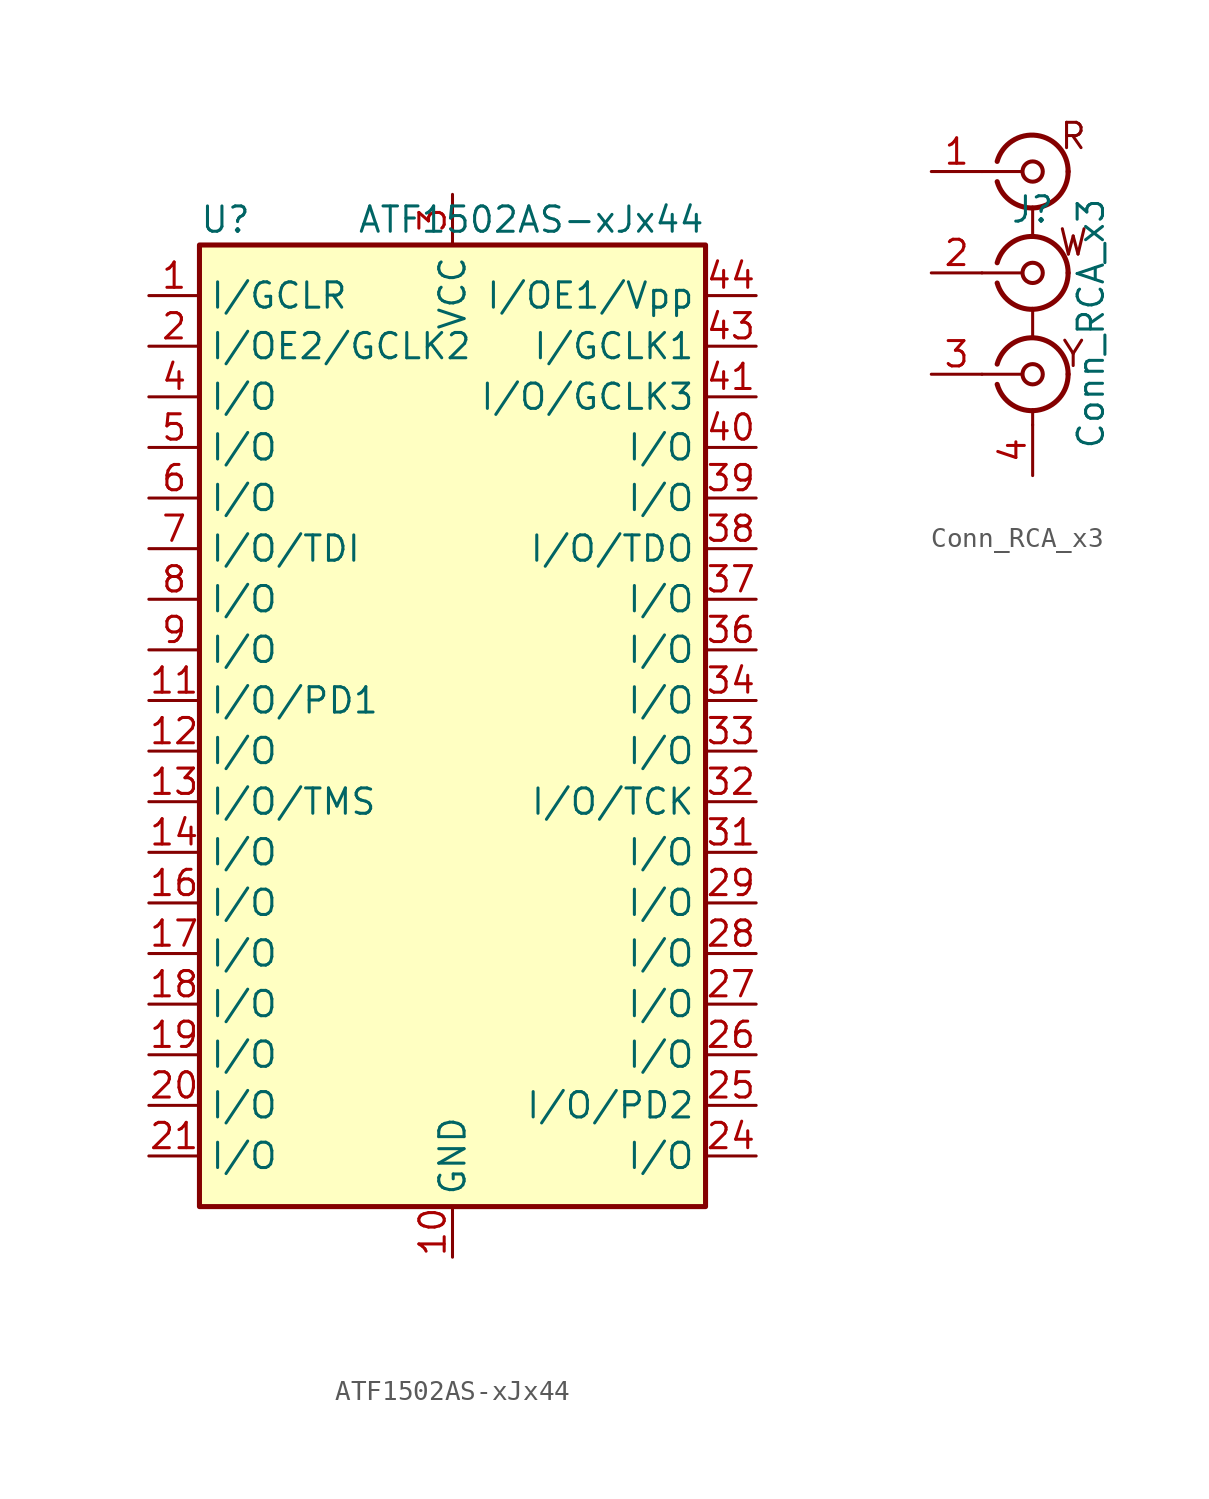
<source format=kicad_sym>
(kicad_symbol_lib
  (version 20241209)
  (generator "kicad_symbol_editor")
  (generator_version "9.0")
  (symbol "ATF1502AS-xJx44"
    (property "Reference" "U"
      (at -12.7 24.13 0)
      (effects (font (size 1.27 1.27)) (justify left)))
    (property "Value" "ATF1502AS-xJx44"
      (at 12.7 24.13 0)
      (effects (font (size 1.27 1.27)) (justify right)))
    (symbol "ATF1502AS-xJx44_0_1"
      (rectangle (start -12.7 22.86) (end 12.7 -25.4) (stroke (width 0.254) (type default)) (fill (type background))))
    (symbol "ATF1502AS-xJx44_1_1"
      (pin input line (at -15.24 20.32 0) (length 2.54) (name "I/GCLR" (effects (font (size 1.27 1.27)))) (number "1" (effects (font (size 1.27 1.27)))))
      (pin input line (at -15.24 17.78 0) (length 2.54) (name "I/OE2/GCLK2" (effects (font (size 1.27 1.27)))) (number "2" (effects (font (size 1.27 1.27)))))
      (pin bidirectional line (at -15.24 15.24 0) (length 2.54) (name "I/O" (effects (font (size 1.27 1.27)))) (number "4" (effects (font (size 1.27 1.27)))))
      (pin bidirectional line (at -15.24 12.7 0) (length 2.54) (name "I/O" (effects (font (size 1.27 1.27)))) (number "5" (effects (font (size 1.27 1.27)))))
      (pin bidirectional line (at -15.24 10.16 0) (length 2.54) (name "I/O" (effects (font (size 1.27 1.27)))) (number "6" (effects (font (size 1.27 1.27)))))
      (pin bidirectional line (at -15.24 7.62 0) (length 2.54) (name "I/O/TDI" (effects (font (size 1.27 1.27)))) (number "7" (effects (font (size 1.27 1.27)))))
      (pin bidirectional line (at -15.24 5.08 0) (length 2.54) (name "I/O" (effects (font (size 1.27 1.27)))) (number "8" (effects (font (size 1.27 1.27)))))
      (pin bidirectional line (at -15.24 2.54 0) (length 2.54) (name "I/O" (effects (font (size 1.27 1.27)))) (number "9" (effects (font (size 1.27 1.27)))))
      (pin bidirectional line (at -15.24 0 0) (length 2.54) (name "I/O/PD1" (effects (font (size 1.27 1.27)))) (number "11" (effects (font (size 1.27 1.27)))))
      (pin bidirectional line (at -15.24 -2.54 0) (length 2.54) (name "I/O" (effects (font (size 1.27 1.27)))) (number "12" (effects (font (size 1.27 1.27)))))
      (pin bidirectional line (at -15.24 -5.08 0) (length 2.54) (name "I/O/TMS" (effects (font (size 1.27 1.27)))) (number "13" (effects (font (size 1.27 1.27)))))
      (pin bidirectional line (at -15.24 -7.62 0) (length 2.54) (name "I/O" (effects (font (size 1.27 1.27)))) (number "14" (effects (font (size 1.27 1.27)))))
      (pin bidirectional line (at -15.24 -10.16 0) (length 2.54) (name "I/O" (effects (font (size 1.27 1.27)))) (number "16" (effects (font (size 1.27 1.27)))))
      (pin bidirectional line (at -15.24 -12.7 0) (length 2.54) (name "I/O" (effects (font (size 1.27 1.27)))) (number "17" (effects (font (size 1.27 1.27)))))
      (pin bidirectional line (at -15.24 -15.24 0) (length 2.54) (name "I/O" (effects (font (size 1.27 1.27)))) (number "18" (effects (font (size 1.27 1.27)))))
      (pin bidirectional line (at -15.24 -17.78 0) (length 2.54) (name "I/O" (effects (font (size 1.27 1.27)))) (number "19" (effects (font (size 1.27 1.27)))))
      (pin bidirectional line (at -15.24 -20.32 0) (length 2.54) (name "I/O" (effects (font (size 1.27 1.27)))) (number "20" (effects (font (size 1.27 1.27)))))
      (pin bidirectional line (at -15.24 -22.86 0) (length 2.54) (name "I/O" (effects (font (size 1.27 1.27)))) (number "21" (effects (font (size 1.27 1.27)))))
      (pin passive line (at 0 25.4 270) (length 2.54) (hide yes) (name "VCC" (effects (font (size 1.27 1.27)))) (number "15" (effects (font (size 1.27 1.27)))))
      (pin passive line (at 0 25.4 270) (length 2.54) (hide yes) (name "VCC" (effects (font (size 1.27 1.27)))) (number "23" (effects (font (size 1.27 1.27)))))
      (pin power_in line (at 0 25.4 270) (length 2.54) (name "VCC" (effects (font (size 1.27 1.27)))) (number "3" (effects (font (size 1.27 1.27)))))
      (pin passive line (at 0 25.4 270) (length 2.54) (hide yes) (name "VCC" (effects (font (size 1.27 1.27)))) (number "35" (effects (font (size 1.27 1.27)))))
      (pin power_in line (at 0 -27.94 90) (length 2.54) (name "GND" (effects (font (size 1.27 1.27)))) (number "10" (effects (font (size 1.27 1.27)))))
      (pin passive line (at 0 -27.94 90) (length 2.54) (hide yes) (name "GND" (effects (font (size 1.27 1.27)))) (number "22" (effects (font (size 1.27 1.27)))))
      (pin passive line (at 0 -27.94 90) (length 2.54) (hide yes) (name "GND" (effects (font (size 1.27 1.27)))) (number "30" (effects (font (size 1.27 1.27)))))
      (pin passive line (at 0 -27.94 90) (length 2.54) (hide yes) (name "GND" (effects (font (size 1.27 1.27)))) (number "42" (effects (font (size 1.27 1.27)))))
      (pin input line (at 15.24 20.32 180) (length 2.54) (name "I/OE1/Vpp" (effects (font (size 1.27 1.27)))) (number "44" (effects (font (size 1.27 1.27)))))
      (pin input line (at 15.24 17.78 180) (length 2.54) (name "I/GCLK1" (effects (font (size 1.27 1.27)))) (number "43" (effects (font (size 1.27 1.27)))))
      (pin bidirectional line (at 15.24 15.24 180) (length 2.54) (name "I/O/GCLK3" (effects (font (size 1.27 1.27)))) (number "41" (effects (font (size 1.27 1.27)))))
      (pin bidirectional line (at 15.24 12.7 180) (length 2.54) (name "I/O" (effects (font (size 1.27 1.27)))) (number "40" (effects (font (size 1.27 1.27)))))
      (pin bidirectional line (at 15.24 10.16 180) (length 2.54) (name "I/O" (effects (font (size 1.27 1.27)))) (number "39" (effects (font (size 1.27 1.27)))))
      (pin bidirectional line (at 15.24 7.62 180) (length 2.54) (name "I/O/TDO" (effects (font (size 1.27 1.27)))) (number "38" (effects (font (size 1.27 1.27)))))
      (pin bidirectional line (at 15.24 5.08 180) (length 2.54) (name "I/O" (effects (font (size 1.27 1.27)))) (number "37" (effects (font (size 1.27 1.27)))))
      (pin bidirectional line (at 15.24 2.54 180) (length 2.54) (name "I/O" (effects (font (size 1.27 1.27)))) (number "36" (effects (font (size 1.27 1.27)))))
      (pin bidirectional line (at 15.24 0 180) (length 2.54) (name "I/O" (effects (font (size 1.27 1.27)))) (number "34" (effects (font (size 1.27 1.27)))))
      (pin bidirectional line (at 15.24 -2.54 180) (length 2.54) (name "I/O" (effects (font (size 1.27 1.27)))) (number "33" (effects (font (size 1.27 1.27)))))
      (pin bidirectional line (at 15.24 -5.08 180) (length 2.54) (name "I/O/TCK" (effects (font (size 1.27 1.27)))) (number "32" (effects (font (size 1.27 1.27)))))
      (pin bidirectional line (at 15.24 -7.62 180) (length 2.54) (name "I/O" (effects (font (size 1.27 1.27)))) (number "31" (effects (font (size 1.27 1.27)))))
      (pin bidirectional line (at 15.24 -10.16 180) (length 2.54) (name "I/O" (effects (font (size 1.27 1.27)))) (number "29" (effects (font (size 1.27 1.27)))))
      (pin bidirectional line (at 15.24 -12.7 180) (length 2.54) (name "I/O" (effects (font (size 1.27 1.27)))) (number "28" (effects (font (size 1.27 1.27)))))
      (pin bidirectional line (at 15.24 -15.24 180) (length 2.54) (name "I/O" (effects (font (size 1.27 1.27)))) (number "27" (effects (font (size 1.27 1.27)))))
      (pin bidirectional line (at 15.24 -17.78 180) (length 2.54) (name "I/O" (effects (font (size 1.27 1.27)))) (number "26" (effects (font (size 1.27 1.27)))))
      (pin bidirectional line (at 15.24 -20.32 180) (length 2.54) (name "I/O/PD2" (effects (font (size 1.27 1.27)))) (number "25" (effects (font (size 1.27 1.27)))))
      (pin bidirectional line (at 15.24 -22.86 180) (length 2.54) (name "I/O" (effects (font (size 1.27 1.27)))) (number "24" (effects (font (size 1.27 1.27)))))))
  (symbol "Conn_RCA_x3"
    (pin_names
      (offset 1.016)
      (hide yes))
    (property "Reference" "J"
      (at 0 5.715 0)
      (effects (font (size 1.27 1.27))))
    (property "Value" "Conn_RCA_x3"
      (at 2.921 0 90)
      (effects (font (size 1.27 1.27))))
    (symbol "Conn_RCA_x3_0_1"
      (polyline (pts (xy -2.54 7.62) (xy -0.508 7.62)) (stroke (width 0) (type default)) (fill (type none)))
      (polyline (pts (xy -2.54 2.54) (xy -0.508 2.54)) (stroke (width 0) (type default)) (fill (type none)))
      (polyline (pts (xy -2.54 -2.54) (xy -0.508 -2.54)) (stroke (width 0) (type default)) (fill (type none)))
      (arc (start 1.778 7.62) (mid 0.222 5.8121) (end -1.778 7.112) (stroke (width 0.254) (type default)) (fill (type none)))
      (arc (start 1.778 2.54) (mid 0.222 0.7321) (end -1.778 2.032) (stroke (width 0.254) (type default)) (fill (type none)))
      (arc (start 1.778 -2.54) (mid 0.222 -4.3479) (end -1.778 -3.048) (stroke (width 0.254) (type default)) (fill (type none)))
      (arc (start -1.778 8.128) (mid 0.2221 9.4284) (end 1.778 7.62) (stroke (width 0.254) (type default)) (fill (type none)))
      (arc (start -1.778 3.048) (mid 0.2221 4.3484) (end 1.778 2.54) (stroke (width 0.254) (type default)) (fill (type none)))
      (arc (start -1.778 -2.032) (mid 0.2221 -0.7316) (end 1.778 -2.54) (stroke (width 0.254) (type default)) (fill (type none)))
      (circle (center 0 7.62) (radius 0.508) (stroke (width 0.203) (type default)) (fill (type none)))
      (polyline (pts (xy 0 5.842) (xy 0 4.445)) (stroke (width 0) (type default)) (fill (type none)))
      (circle (center 0 2.54) (radius 0.508) (stroke (width 0.203) (type default)) (fill (type none)))
      (polyline (pts (xy 0 0.762) (xy 0 -0.635)) (stroke (width 0) (type default)) (fill (type none)))
      (circle (center 0 -2.54) (radius 0.508) (stroke (width 0.203) (type default)) (fill (type none)))
      (polyline (pts (xy 0 -5.08) (xy 0 -4.318)) (stroke (width 0) (type default)) (fill (type none))))
    (symbol "Conn_RCA_x3_1_1"
      (text "R" (at 2.032 9.398 0) (effects (font (size 1.27 1.27))))
      (text "W" (at 2.032 4.064 0) (effects (font (size 1.27 1.27))))
      (text "Y" (at 2.032 -1.524 0) (effects (font (size 1.27 1.27))))
      (pin passive line (at -5.08 7.62 0) (length 2.54) (name "IN1" (effects (font (size 1.27 1.27)))) (number "1" (effects (font (size 1.27 1.27)))))
      (pin passive line (at -5.08 2.54 0) (length 2.54) (name "IN1" (effects (font (size 1.27 1.27)))) (number "2" (effects (font (size 1.27 1.27)))))
      (pin passive line (at -5.08 -2.54 0) (length 2.54) (name "IN2" (effects (font (size 1.27 1.27)))) (number "3" (effects (font (size 1.27 1.27)))))
      (pin passive line (at 0 -7.62 90) (length 2.54) (name "EXT" (effects (font (size 1.27 1.27)))) (number "4" (effects (font (size 1.27 1.27))))))))
</source>
